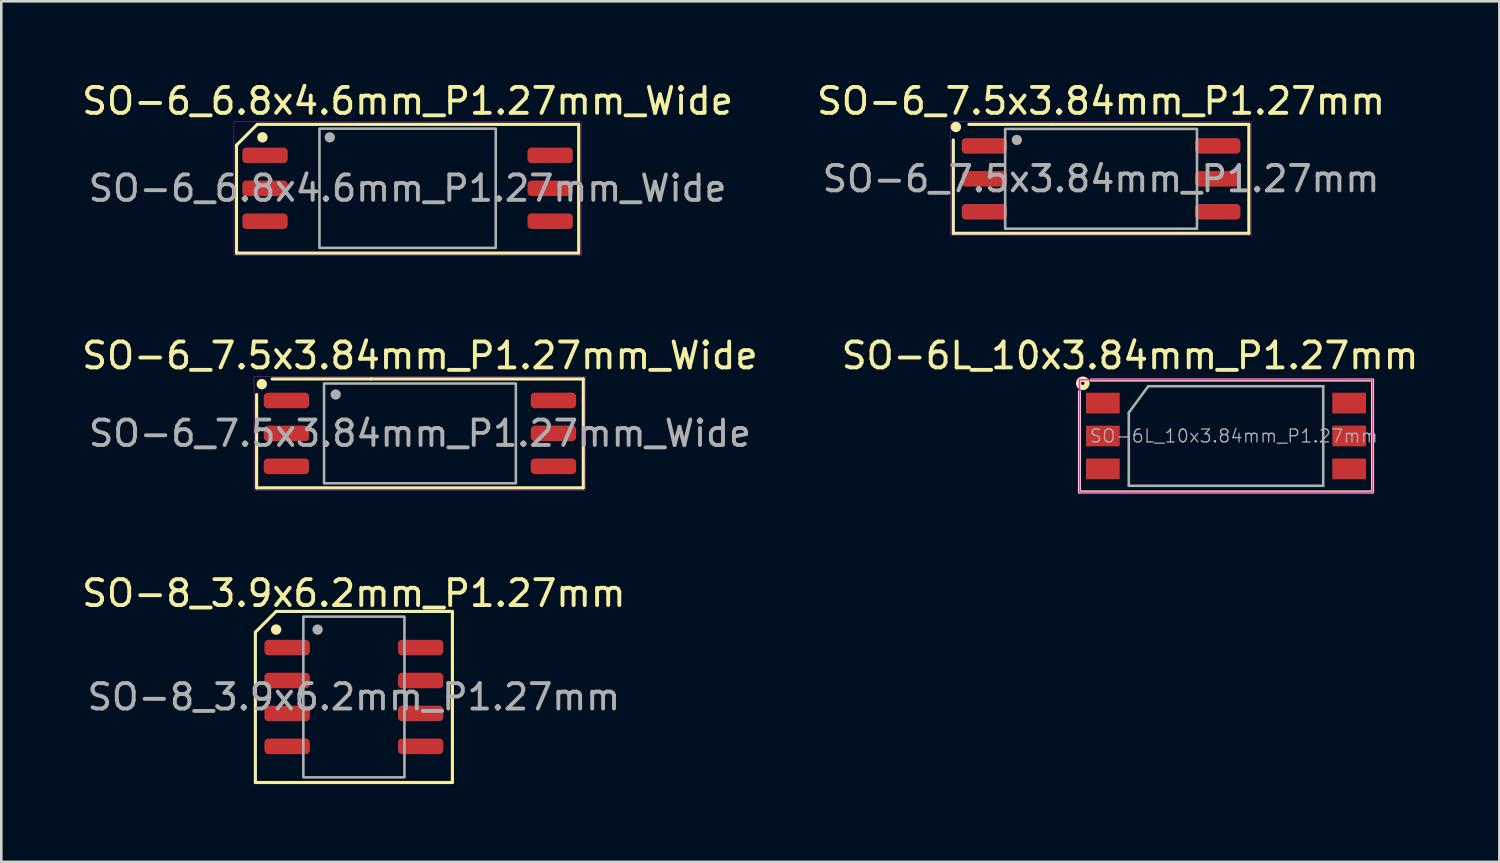
<source format=kicad_pcb>
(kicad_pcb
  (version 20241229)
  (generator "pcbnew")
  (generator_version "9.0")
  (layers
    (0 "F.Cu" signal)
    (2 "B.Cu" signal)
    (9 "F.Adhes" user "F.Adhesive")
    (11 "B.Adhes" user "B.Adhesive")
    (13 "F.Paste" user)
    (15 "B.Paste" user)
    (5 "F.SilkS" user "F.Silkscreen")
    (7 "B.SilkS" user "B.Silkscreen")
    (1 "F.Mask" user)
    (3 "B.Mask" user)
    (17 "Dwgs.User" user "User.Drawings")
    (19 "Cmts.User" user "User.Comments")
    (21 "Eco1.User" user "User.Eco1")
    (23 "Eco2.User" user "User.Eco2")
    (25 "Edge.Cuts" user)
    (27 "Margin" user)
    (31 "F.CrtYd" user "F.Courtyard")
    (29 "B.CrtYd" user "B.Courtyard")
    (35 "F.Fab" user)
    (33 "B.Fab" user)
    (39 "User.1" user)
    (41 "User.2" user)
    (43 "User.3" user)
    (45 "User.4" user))
  (footprint "SO-6_6.8x4.6mm_P1.27mm_Wide"
    (layer "F.Cu")
    (at 12.673 4.213)
    (property "Reference" "SO-6_6.8x4.6mm_P1.27mm_Wide" (at 0 -3.365 0) (layer "F.SilkS") (effects (font (size 1 1) (thickness 0.15))))
    (attr smd)
    (fp_line (start -6.6 -1.665) (end -5.8 -2.465) (stroke (width 0.12) (type solid)) (layer "F.SilkS"))
    (fp_line (start -6.6 2.5) (end -6.6 -1.665) (stroke (width 0.12) (type solid)) (layer "F.SilkS"))
    (fp_line (start -1.9 -2.465) (end -5.8 -2.465) (stroke (width 0.12) (type solid)) (layer "F.SilkS"))
    (fp_line (start -1.9 -2.465) (end 6.6 -2.465) (stroke (width 0.12) (type solid)) (layer "F.SilkS"))
    (fp_line (start 6.6 -2.465) (end 6.6 2.5) (stroke (width 0.12) (type solid)) (layer "F.SilkS"))
    (fp_line (start 6.6 2.5) (end -6.6 2.5) (stroke (width 0.12) (type solid)) (layer "F.SilkS"))
    (fp_circle (center -5.6 -1.965) (end -5.5 -1.965) (stroke (width 0.2) (type solid)) (fill yes) (layer "F.SilkS"))
    (fp_rect (start -6.7 -2.565) (end 6.7 2.6) (stroke (width 0.013) (type solid)) (fill no) (layer "F.CrtYd"))
    (fp_rect (start -3.4 -2.3) (end 3.4 2.3) (stroke (width 0.1) (type solid)) (fill no) (layer "F.Fab"))
    (fp_circle (center -3 -1.965) (end -2.9 -1.965) (stroke (width 0.2) (type solid)) (fill no) (layer "F.Fab"))
    (fp_text user "${REFERENCE}" (at 0 0 0) (layer "F.Fab") (effects (font (size 0.98 0.98) (thickness 0.15))))
    (pad "1" smd roundrect (at -5.5 -1.27) (size 1.75 0.6) (layers "F.Cu" "F.Mask" "F.Paste") (roundrect_rratio 0.25))
    (pad "2" smd roundrect (at -5.5 0) (size 1.75 0.6) (layers "F.Cu" "F.Mask" "F.Paste") (roundrect_rratio 0.25))
    (pad "3" smd roundrect (at -5.5 1.27) (size 1.75 0.6) (layers "F.Cu" "F.Mask" "F.Paste") (roundrect_rratio 0.25))
    (pad "6" smd roundrect (at 5.5 1.27) (size 1.75 0.6) (layers "F.Cu" "F.Mask" "F.Paste") (roundrect_rratio 0.25))
    (pad "7" smd roundrect (at 5.5 0) (size 1.75 0.6) (layers "F.Cu" "F.Mask" "F.Paste") (roundrect_rratio 0.25))
    (pad "8" smd roundrect (at 5.5 -1.27) (size 1.75 0.6) (layers "F.Cu" "F.Mask" "F.Paste") (roundrect_rratio 0.25)))
  (footprint "SO-6_7.5x3.84mm_P1.27mm"
    (layer "F.Cu")
    (at 39.423 3.848)
    (property "Reference" "SO-6_7.5x3.84mm_P1.27mm" (at 0 -3 0) (layer "F.SilkS") (effects (font (size 1 1) (thickness 0.15))))
    (attr smd)
    (fp_line (start -5.7 2.1) (end -5.7 -1.5) (stroke (width 0.12) (type solid)) (layer "F.SilkS"))
    (fp_line (start -1.9 -2.1) (end -5.1 -2.1) (stroke (width 0.12) (type solid)) (layer "F.SilkS"))
    (fp_line (start -1.9 -2.1) (end 5.7 -2.1) (stroke (width 0.12) (type solid)) (layer "F.SilkS"))
    (fp_line (start 5.7 -2.1) (end 5.7 2.1) (stroke (width 0.12) (type solid)) (layer "F.SilkS"))
    (fp_line (start 5.7 2.1) (end -5.7 2.1) (stroke (width 0.12) (type solid)) (layer "F.SilkS"))
    (fp_circle (center -5.6 -2) (end -5.5 -2) (stroke (width 0.2) (type solid)) (fill yes) (layer "F.SilkS"))
    (fp_rect (start -5.8 -2.2) (end 5.8 2.2) (stroke (width 0.013) (type solid)) (fill no) (layer "F.CrtYd"))
    (fp_rect (start -3.7 -1.925) (end 3.7 1.925) (stroke (width 0.1) (type solid)) (fill no) (layer "F.Fab"))
    (fp_circle (center -3.25 -1.5) (end -3.15 -1.5) (stroke (width 0.2) (type solid)) (fill no) (layer "F.Fab"))
    (fp_text user "${REFERENCE}" (at 0 0 0) (layer "F.Fab") (effects (font (size 0.98 0.98) (thickness 0.15))))
    (pad "1" smd roundrect (at -4.5 -1.27) (size 1.75 0.6) (layers "F.Cu" "F.Mask" "F.Paste") (roundrect_rratio 0.25))
    (pad "2" smd roundrect (at -4.5 0) (size 1.75 0.6) (layers "F.Cu" "F.Mask" "F.Paste") (roundrect_rratio 0.25))
    (pad "3" smd roundrect (at -4.5 1.27) (size 1.75 0.6) (layers "F.Cu" "F.Mask" "F.Paste") (roundrect_rratio 0.25))
    (pad "4" smd roundrect (at 4.5 1.27) (size 1.75 0.6) (layers "F.Cu" "F.Mask" "F.Paste") (roundrect_rratio 0.25))
    (pad "5" smd roundrect (at 4.5 0) (size 1.75 0.6) (layers "F.Cu" "F.Mask" "F.Paste") (roundrect_rratio 0.25))
    (pad "6" smd roundrect (at 4.5 -1.27) (size 1.75 0.6) (layers "F.Cu" "F.Mask" "F.Paste") (roundrect_rratio 0.25)))
  (footprint "SO-8_3.9x6.2mm_P1.27mm"
    (layer "F.Cu")
    (at 10.601 23.835)
    (property "Reference" "SO-8_3.9x6.2mm_P1.27mm" (at 0 -4 0) (layer "F.SilkS") (effects (font (size 1 1) (thickness 0.15))))
    (attr smd)
    (fp_line (start -3.8 -2.5) (end -3 -3.3) (stroke (width 0.12) (type solid)) (layer "F.SilkS"))
    (fp_line (start -3.8 3.3) (end -3.8 -2.5) (stroke (width 0.12) (type solid)) (layer "F.SilkS"))
    (fp_line (start -3 -3.3) (end -2.5 -3.3) (stroke (width 0.12) (type solid)) (layer "F.SilkS"))
    (fp_line (start -2.5 -3.3) (end 3.7 -3.3) (stroke (width 0.12) (type solid)) (layer "F.SilkS"))
    (fp_line (start 3.7 -3.3) (end 3.8 -3.3) (stroke (width 0.12) (type solid)) (layer "F.SilkS"))
    (fp_line (start 3.8 -3.3) (end 3.8 3.3) (stroke (width 0.12) (type solid)) (layer "F.SilkS"))
    (fp_line (start 3.8 3.3) (end -3.8 3.3) (stroke (width 0.12) (type solid)) (layer "F.SilkS"))
    (fp_circle (center -3 -2.6) (end -2.9 -2.6) (stroke (width 0.2) (type solid)) (fill yes) (layer "F.SilkS"))
    (fp_rect (start -1.95 -3.1) (end 1.95 3.1) (stroke (width 0.1) (type solid)) (fill no) (layer "F.Fab"))
    (fp_circle (center -1.4 -2.6) (end -1.3 -2.6) (stroke (width 0.2) (type solid)) (fill no) (layer "F.Fab"))
    (fp_text user "${REFERENCE}" (at 0 0 0) (layer "F.Fab") (effects (font (size 0.98 0.98) (thickness 0.15))))
    (pad "1" smd roundrect (at -2.575 -1.905) (size 1.75 0.6) (layers "F.Cu" "F.Mask" "F.Paste") (roundrect_rratio 0.25))
    (pad "2" smd roundrect (at -2.575 -0.635) (size 1.75 0.6) (layers "F.Cu" "F.Mask" "F.Paste") (roundrect_rratio 0.25))
    (pad "3" smd roundrect (at -2.575 0.635) (size 1.75 0.6) (layers "F.Cu" "F.Mask" "F.Paste") (roundrect_rratio 0.25))
    (pad "4" smd roundrect (at -2.575 1.905) (size 1.75 0.6) (layers "F.Cu" "F.Mask" "F.Paste") (roundrect_rratio 0.25))
    (pad "5" smd roundrect (at 2.575 1.905) (size 1.75 0.6) (layers "F.Cu" "F.Mask" "F.Paste") (roundrect_rratio 0.25))
    (pad "6" smd roundrect (at 2.575 0.635) (size 1.75 0.6) (layers "F.Cu" "F.Mask" "F.Paste") (roundrect_rratio 0.25))
    (pad "7" smd roundrect (at 2.575 -0.635) (size 1.75 0.6) (layers "F.Cu" "F.Mask" "F.Paste") (roundrect_rratio 0.25))
    (pad "8" smd roundrect (at 2.575 -1.905) (size 1.75 0.6) (layers "F.Cu" "F.Mask" "F.Paste") (roundrect_rratio 0.25)))
  (footprint "SO-6L_10x3.84mm_P1.27mm"
    (layer "F.Cu")
    (at 44.242 13.768)
    (property "Reference" "SO-6L_10x3.84mm_P1.27mm" (at -3.7 -3.1 0) (layer "F.SilkS") (effects (font (size 1 1) (thickness 0.15))))
    (attr smd)
    (fp_line (start -5.652 -1.714) (end -5.652 2.159) (stroke (width 0.12) (type solid)) (layer "F.SilkS"))
    (fp_line (start -5.652 2.159) (end 5.652 2.159) (stroke (width 0.12) (type solid)) (layer "F.SilkS"))
    (fp_line (start 5.652 -2.159) (end -5.207 -2.159) (stroke (width 0.12) (type solid)) (layer "F.SilkS"))
    (fp_line (start 5.652 2.159) (end 5.652 -2.159) (stroke (width 0.12) (type solid)) (layer "F.SilkS"))
    (fp_circle (center -5.524 -2.032) (end -5.461 -2.032) (stroke (width 0.2) (type solid)) (fill no) (layer "F.SilkS"))
    (fp_line (start -5.65 -2.17) (end -5.65 2.17) (stroke (width 0.05) (type solid)) (layer "F.CrtYd"))
    (fp_line (start -5.65 2.17) (end 5.65 2.17) (stroke (width 0.05) (type solid)) (layer "F.CrtYd"))
    (fp_line (start 5.65 -2.17) (end -5.65 -2.17) (stroke (width 0.05) (type solid)) (layer "F.CrtYd"))
    (fp_line (start 5.65 2.17) (end 5.65 -2.17) (stroke (width 0.05) (type solid)) (layer "F.CrtYd"))
    (fp_line (start -3.75 -0.9) (end -3 -1.92) (stroke (width 0.1) (type solid)) (layer "F.Fab"))
    (fp_line (start -3.75 1.92) (end -3.75 -0.9) (stroke (width 0.1) (type solid)) (layer "F.Fab"))
    (fp_line (start -3.75 1.92) (end 3.75 1.92) (stroke (width 0.1) (type solid)) (layer "F.Fab"))
    (fp_line (start -3 -1.92) (end 3.75 -1.92) (stroke (width 0.1) (type solid)) (layer "F.Fab"))
    (fp_line (start 3.75 1.92) (end 3.75 -1.92) (stroke (width 0.1) (type solid)) (layer "F.Fab"))
    (fp_text user "${REFERENCE}" (at 0.3 0 180) (layer "F.Fab") (effects (font (size 0.5 0.5) (thickness 0.05))))
    (pad "1" smd rect (at -4.75 -1.27 90) (size 0.8 1.3) (layers "F.Cu" "F.Mask" "F.Paste"))
    (pad "2" smd rect (at -4.75 0 90) (size 0.8 1.3) (layers "F.Cu" "F.Mask" "F.Paste"))
    (pad "3" smd rect (at -4.75 1.27 90) (size 0.8 1.3) (layers "F.Cu" "F.Mask" "F.Paste"))
    (pad "4" smd rect (at 4.75 1.27 90) (size 0.8 1.3) (layers "F.Cu" "F.Mask" "F.Paste"))
    (pad "5" smd rect (at 4.75 0 90) (size 0.8 1.3) (layers "F.Cu" "F.Mask" "F.Paste"))
    (pad "6" smd rect (at 4.75 -1.27 90) (size 0.8 1.3) (layers "F.Cu" "F.Mask" "F.Paste")))
  (footprint "SO-6_7.5x3.84mm_P1.27mm_Wide"
    (layer "F.Cu")
    (at 13.149 13.668)
    (property "Reference" "SO-6_7.5x3.84mm_P1.27mm_Wide" (at 0 -3 0) (layer "F.SilkS") (effects (font (size 1 1) (thickness 0.15))))
    (attr smd)
    (fp_line (start -6.3 2.1) (end -6.3 -1.5) (stroke (width 0.12) (type solid)) (layer "F.SilkS"))
    (fp_line (start -1.9 -2.1) (end -5.7 -2.1) (stroke (width 0.12) (type solid)) (layer "F.SilkS"))
    (fp_line (start -1.9 -2.1) (end 6.3 -2.1) (stroke (width 0.12) (type solid)) (layer "F.SilkS"))
    (fp_line (start 6.3 -2.1) (end 6.3 2.1) (stroke (width 0.12) (type solid)) (layer "F.SilkS"))
    (fp_line (start 6.3 2.1) (end -6.3 2.1) (stroke (width 0.12) (type solid)) (layer "F.SilkS"))
    (fp_circle (center -6.1 -1.9) (end -6 -1.9) (stroke (width 0.2) (type solid)) (fill yes) (layer "F.SilkS"))
    (fp_rect (start -6.4 -2.2) (end 6.4 2.2) (stroke (width 0.013) (type solid)) (fill no) (layer "F.CrtYd"))
    (fp_rect (start -3.7 -1.925) (end 3.7 1.925) (stroke (width 0.1) (type solid)) (fill no) (layer "F.Fab"))
    (fp_circle (center -3.25 -1.5) (end -3.15 -1.5) (stroke (width 0.2) (type solid)) (fill no) (layer "F.Fab"))
    (fp_text user "${REFERENCE}" (at 0 0 0) (layer "F.Fab") (effects (font (size 0.98 0.98) (thickness 0.15))))
    (pad "1" smd roundrect (at -5.15 -1.27) (size 1.75 0.6) (layers "F.Cu" "F.Mask" "F.Paste") (roundrect_rratio 0.25))
    (pad "2" smd roundrect (at -5.15 0) (size 1.75 0.6) (layers "F.Cu" "F.Mask" "F.Paste") (roundrect_rratio 0.25))
    (pad "3" smd roundrect (at -5.15 1.27) (size 1.75 0.6) (layers "F.Cu" "F.Mask" "F.Paste") (roundrect_rratio 0.25))
    (pad "4" smd roundrect (at 5.15 1.27) (size 1.75 0.6) (layers "F.Cu" "F.Mask" "F.Paste") (roundrect_rratio 0.25))
    (pad "5" smd roundrect (at 5.15 0) (size 1.75 0.6) (layers "F.Cu" "F.Mask" "F.Paste") (roundrect_rratio 0.25))
    (pad "6" smd roundrect (at 5.15 -1.27) (size 1.75 0.6) (layers "F.Cu" "F.Mask" "F.Paste") (roundrect_rratio 0.25)))
  (gr_rect
    (start -3 -3)
    (end 54.786 30.195)
    (stroke (width 0.1) (type default))
    (fill no)
    (layer "Edge.Cuts")))
</source>
